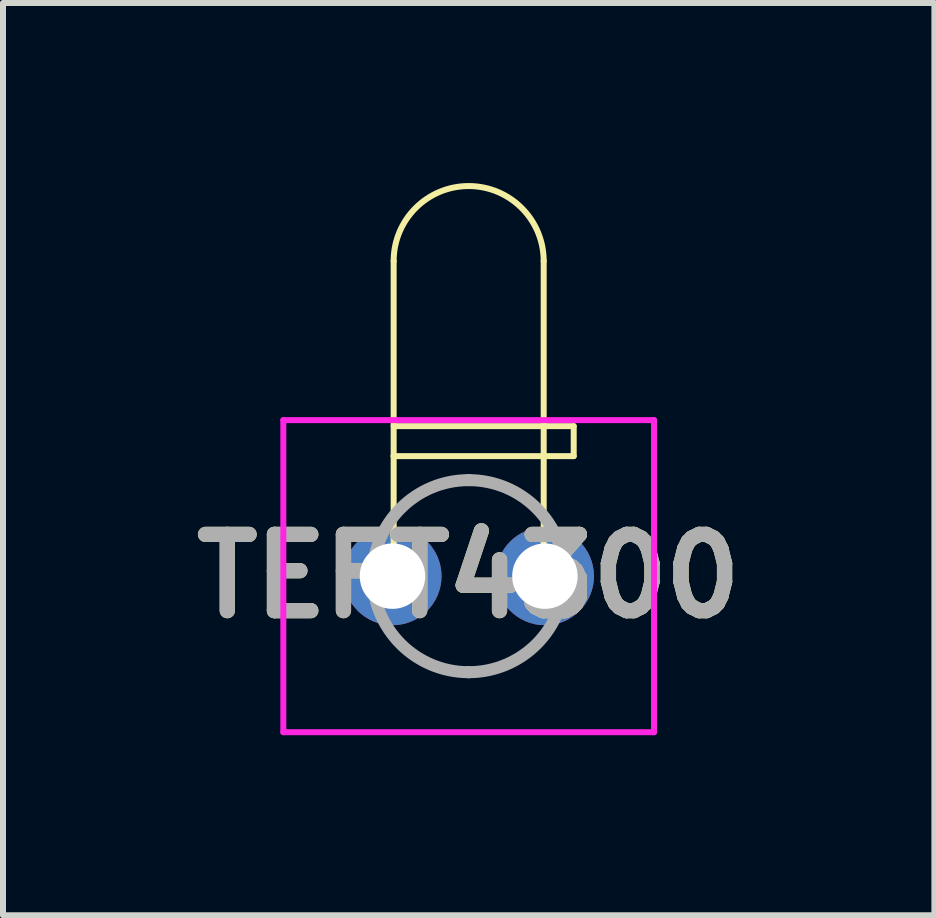
<source format=kicad_pcb>
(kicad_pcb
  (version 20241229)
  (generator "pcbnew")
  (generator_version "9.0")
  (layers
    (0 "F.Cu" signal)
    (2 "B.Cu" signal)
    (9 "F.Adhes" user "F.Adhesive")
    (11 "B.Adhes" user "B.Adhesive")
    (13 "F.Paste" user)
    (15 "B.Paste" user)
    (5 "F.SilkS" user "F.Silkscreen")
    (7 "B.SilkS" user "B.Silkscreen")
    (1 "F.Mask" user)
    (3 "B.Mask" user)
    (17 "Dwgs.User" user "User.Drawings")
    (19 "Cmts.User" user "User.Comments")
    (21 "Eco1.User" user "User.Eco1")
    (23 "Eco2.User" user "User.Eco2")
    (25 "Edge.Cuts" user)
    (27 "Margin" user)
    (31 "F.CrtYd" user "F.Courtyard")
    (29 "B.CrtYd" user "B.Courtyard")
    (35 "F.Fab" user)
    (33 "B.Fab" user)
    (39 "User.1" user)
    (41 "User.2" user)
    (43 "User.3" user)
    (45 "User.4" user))
  (footprint "TEFT4300"
    (layer "F.Cu")
    (at 4.759 6.55)
    (property "Reference" "TEFT4300" (at 0 0 0) (layer "F.SilkS") (effects (font (size 1.27 1.27) (thickness 0.254))))
    (attr through_hole)
    (fp_line (start -1.25 -5.25) (end -1.25 -2) (stroke (width 0.1) (type default)) (layer "F.SilkS"))
    (fp_line (start -1.25 -2) (end 1.75 -2) (stroke (width 0.1) (type default)) (layer "F.SilkS"))
    (fp_line (start -1.25 0) (end -1.25 -2) (stroke (width 0.1) (type default)) (layer "F.SilkS"))
    (fp_line (start -0.1 -1.6) (end 0.1 -1.6) (stroke (width 0.1) (type solid)) (layer "F.SilkS"))
    (fp_line (start -0.1 1.6) (end 0.1 1.6) (stroke (width 0.1) (type solid)) (layer "F.SilkS"))
    (fp_line (start 1.25 -5.25) (end 1.25 -2) (stroke (width 0.1) (type default)) (layer "F.SilkS"))
    (fp_line (start 1.25 0) (end 1.25 -2) (stroke (width 0.1) (type default)) (layer "F.SilkS"))
    (fp_line (start 1.75 -2.5) (end -1.25 -2.5) (stroke (width 0.1) (type default)) (layer "F.SilkS"))
    (fp_line (start 1.75 -2) (end 1.75 -2.5) (stroke (width 0.1) (type default)) (layer "F.SilkS"))
    (fp_arc (start -1.25 -5.25) (mid 0 -6.5) (end 1.25 -5.25) (stroke (width 0.1) (type default)) (layer "F.SilkS"))
    (fp_line (start -3.088 -2.6) (end 3.088 -2.6) (stroke (width 0.1) (type solid)) (layer "F.CrtYd"))
    (fp_line (start -3.088 2.6) (end -3.088 -2.6) (stroke (width 0.1) (type solid)) (layer "F.CrtYd"))
    (fp_line (start 3.088 -2.6) (end 3.088 2.6) (stroke (width 0.1) (type solid)) (layer "F.CrtYd"))
    (fp_line (start 3.088 2.6) (end -3.088 2.6) (stroke (width 0.1) (type solid)) (layer "F.CrtYd"))
    (fp_line (start 0 -1.6) (end 0 -1.6) (stroke (width 0.2) (type solid)) (layer "F.Fab"))
    (fp_line (start 0 1.6) (end 0 1.6) (stroke (width 0.2) (type solid)) (layer "F.Fab"))
    (fp_arc (start 0.001 -1.6) (mid 1.6005 0.0005) (end 0 1.6) (stroke (width 0.2) (type solid)) (layer "F.Fab"))
    (fp_arc (start 0.001 1.6) (mid -1.5995 0.0005) (end 0 -1.6) (stroke (width 0.2) (type solid)) (layer "F.Fab"))
    (fp_text user "${REFERENCE}" (at 0 0 0) (layer "F.Fab") (effects (font (size 1.27 1.27) (thickness 0.254))))
    (pad "1" thru_hole circle (at -1.27 0) (size 1.635 1.635) (drill 1.09) (layers "*.Cu" "*.Mask"))
    (pad "2" thru_hole circle (at 1.27 0) (size 1.635 1.635) (drill 1.09) (layers "*.Cu" "*.Mask")))
  (gr_rect
    (start -3 -3)
    (end 12.519 12.2)
    (stroke (width 0.1) (type default))
    (fill no)
    (layer "Edge.Cuts")))
</source>
